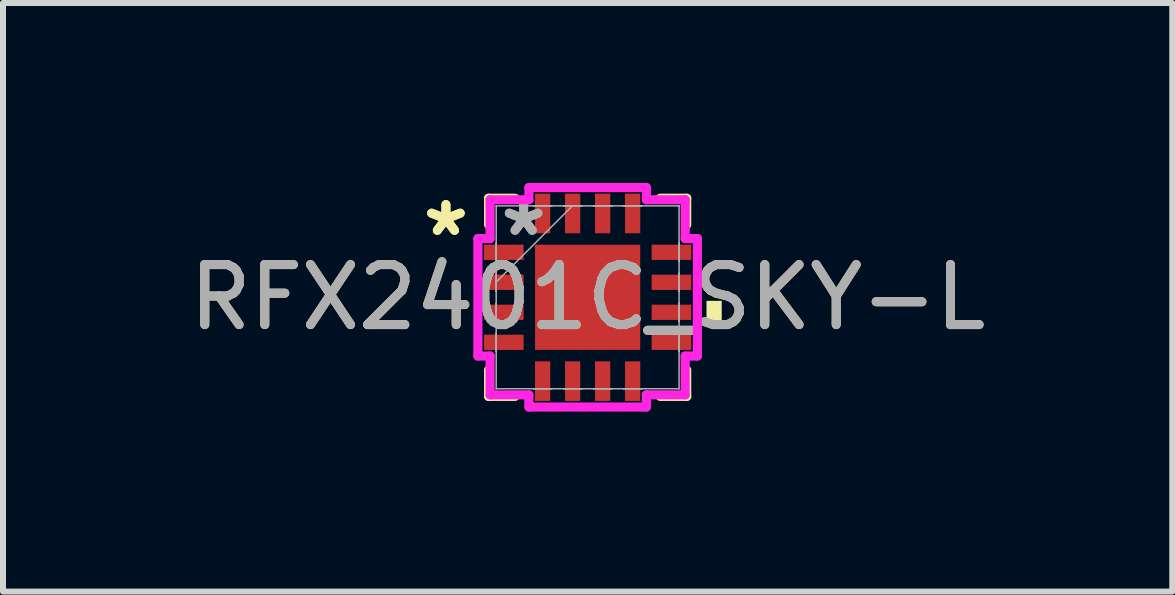
<source format=kicad_pcb>
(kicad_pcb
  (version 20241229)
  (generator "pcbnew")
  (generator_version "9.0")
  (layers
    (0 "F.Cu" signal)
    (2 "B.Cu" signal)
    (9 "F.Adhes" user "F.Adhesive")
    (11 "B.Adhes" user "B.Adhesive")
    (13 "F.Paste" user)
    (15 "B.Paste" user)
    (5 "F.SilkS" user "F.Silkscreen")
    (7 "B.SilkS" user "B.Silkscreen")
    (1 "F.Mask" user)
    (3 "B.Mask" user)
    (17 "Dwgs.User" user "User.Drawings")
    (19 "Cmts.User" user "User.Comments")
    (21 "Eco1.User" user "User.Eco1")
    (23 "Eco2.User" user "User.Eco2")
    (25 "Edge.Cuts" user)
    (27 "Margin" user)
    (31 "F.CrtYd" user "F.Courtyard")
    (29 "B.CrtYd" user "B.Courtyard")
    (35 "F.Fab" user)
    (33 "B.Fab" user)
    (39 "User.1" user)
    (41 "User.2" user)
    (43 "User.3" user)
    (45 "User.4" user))
  (footprint "RFX2401C_SKY-L"
    (layer "F.Cu")
    (at 6.744 1.905)
    (property "Reference" "RFX2401C_SKY-L" (at 0 0 0) (unlocked yes) (layer "F.SilkS") (effects (font (size 1 1) (thickness 0.15))))
    (attr smd)
    (fp_line (start -1.651 -1.651) (end -1.651 -1.21) (stroke (width 0.152) (type solid)) (layer "F.SilkS"))
    (fp_line (start -1.651 1.21) (end -1.651 1.651) (stroke (width 0.152) (type solid)) (layer "F.SilkS"))
    (fp_line (start -1.651 1.651) (end -1.21 1.651) (stroke (width 0.152) (type solid)) (layer "F.SilkS"))
    (fp_line (start -1.21 -1.651) (end -1.651 -1.651) (stroke (width 0.152) (type solid)) (layer "F.SilkS"))
    (fp_line (start 1.21 1.651) (end 1.651 1.651) (stroke (width 0.152) (type solid)) (layer "F.SilkS"))
    (fp_line (start 1.651 -1.651) (end 1.21 -1.651) (stroke (width 0.152) (type solid)) (layer "F.SilkS"))
    (fp_line (start 1.651 -1.21) (end 1.651 -1.651) (stroke (width 0.152) (type solid)) (layer "F.SilkS"))
    (fp_line (start 1.651 1.651) (end 1.651 1.21) (stroke (width 0.152) (type solid)) (layer "F.SilkS"))
    (fp_poly (pts (xy 2.235 0.059) (xy 2.235 0.441) (xy 1.981 0.441) (xy 1.981 0.059)) (stroke (width 0) (type solid)) (fill yes) (layer "F.SilkS"))
    (fp_line (start -1.829 -0.979) (end -1.626 -0.979) (stroke (width 0.152) (type solid)) (layer "F.CrtYd"))
    (fp_line (start -1.829 0.979) (end -1.829 -0.979) (stroke (width 0.152) (type solid)) (layer "F.CrtYd"))
    (fp_line (start -1.626 -1.626) (end -0.979 -1.626) (stroke (width 0.152) (type solid)) (layer "F.CrtYd"))
    (fp_line (start -1.626 -0.979) (end -1.626 -1.626) (stroke (width 0.152) (type solid)) (layer "F.CrtYd"))
    (fp_line (start -1.626 0.979) (end -1.829 0.979) (stroke (width 0.152) (type solid)) (layer "F.CrtYd"))
    (fp_line (start -1.626 1.626) (end -1.626 0.979) (stroke (width 0.152) (type solid)) (layer "F.CrtYd"))
    (fp_line (start -0.979 -1.829) (end 0.979 -1.829) (stroke (width 0.152) (type solid)) (layer "F.CrtYd"))
    (fp_line (start -0.979 -1.626) (end -0.979 -1.829) (stroke (width 0.152) (type solid)) (layer "F.CrtYd"))
    (fp_line (start -0.979 1.626) (end -1.626 1.626) (stroke (width 0.152) (type solid)) (layer "F.CrtYd"))
    (fp_line (start -0.979 1.829) (end -0.979 1.626) (stroke (width 0.152) (type solid)) (layer "F.CrtYd"))
    (fp_line (start 0.979 -1.829) (end 0.979 -1.626) (stroke (width 0.152) (type solid)) (layer "F.CrtYd"))
    (fp_line (start 0.979 -1.626) (end 1.626 -1.626) (stroke (width 0.152) (type solid)) (layer "F.CrtYd"))
    (fp_line (start 0.979 1.626) (end 0.979 1.829) (stroke (width 0.152) (type solid)) (layer "F.CrtYd"))
    (fp_line (start 0.979 1.829) (end -0.979 1.829) (stroke (width 0.152) (type solid)) (layer "F.CrtYd"))
    (fp_line (start 1.626 -1.626) (end 1.626 -0.979) (stroke (width 0.152) (type solid)) (layer "F.CrtYd"))
    (fp_line (start 1.626 -0.979) (end 1.829 -0.979) (stroke (width 0.152) (type solid)) (layer "F.CrtYd"))
    (fp_line (start 1.626 0.979) (end 1.626 1.626) (stroke (width 0.152) (type solid)) (layer "F.CrtYd"))
    (fp_line (start 1.626 1.626) (end 0.979 1.626) (stroke (width 0.152) (type solid)) (layer "F.CrtYd"))
    (fp_line (start 1.829 -0.979) (end 1.829 0.979) (stroke (width 0.152) (type solid)) (layer "F.CrtYd"))
    (fp_line (start 1.829 0.979) (end 1.626 0.979) (stroke (width 0.152) (type solid)) (layer "F.CrtYd"))
    (fp_line (start -1.524 -1.524) (end -1.524 -1.524) (stroke (width 0.025) (type solid)) (layer "F.Fab"))
    (fp_line (start -1.524 -1.524) (end -1.524 1.524) (stroke (width 0.025) (type solid)) (layer "F.Fab"))
    (fp_line (start -1.524 -0.902) (end -1.524 -0.902) (stroke (width 0.025) (type solid)) (layer "F.Fab"))
    (fp_line (start -1.524 -0.902) (end -1.524 -0.598) (stroke (width 0.025) (type solid)) (layer "F.Fab"))
    (fp_line (start -1.524 -0.598) (end -1.524 -0.902) (stroke (width 0.025) (type solid)) (layer "F.Fab"))
    (fp_line (start -1.524 -0.598) (end -1.524 -0.598) (stroke (width 0.025) (type solid)) (layer "F.Fab"))
    (fp_line (start -1.524 -0.402) (end -1.524 -0.402) (stroke (width 0.025) (type solid)) (layer "F.Fab"))
    (fp_line (start -1.524 -0.402) (end -1.524 -0.098) (stroke (width 0.025) (type solid)) (layer "F.Fab"))
    (fp_line (start -1.524 -0.254) (end -0.254 -1.524) (stroke (width 0.025) (type solid)) (layer "F.Fab"))
    (fp_line (start -1.524 -0.098) (end -1.524 -0.402) (stroke (width 0.025) (type solid)) (layer "F.Fab"))
    (fp_line (start -1.524 -0.098) (end -1.524 -0.098) (stroke (width 0.025) (type solid)) (layer "F.Fab"))
    (fp_line (start -1.524 0.098) (end -1.524 0.098) (stroke (width 0.025) (type solid)) (layer "F.Fab"))
    (fp_line (start -1.524 0.098) (end -1.524 0.402) (stroke (width 0.025) (type solid)) (layer "F.Fab"))
    (fp_line (start -1.524 0.402) (end -1.524 0.098) (stroke (width 0.025) (type solid)) (layer "F.Fab"))
    (fp_line (start -1.524 0.402) (end -1.524 0.402) (stroke (width 0.025) (type solid)) (layer "F.Fab"))
    (fp_line (start -1.524 0.598) (end -1.524 0.598) (stroke (width 0.025) (type solid)) (layer "F.Fab"))
    (fp_line (start -1.524 0.598) (end -1.524 0.902) (stroke (width 0.025) (type solid)) (layer "F.Fab"))
    (fp_line (start -1.524 0.902) (end -1.524 0.598) (stroke (width 0.025) (type solid)) (layer "F.Fab"))
    (fp_line (start -1.524 0.902) (end -1.524 0.902) (stroke (width 0.025) (type solid)) (layer "F.Fab"))
    (fp_line (start -1.524 1.524) (end -1.524 1.524) (stroke (width 0.025) (type solid)) (layer "F.Fab"))
    (fp_line (start -1.524 1.524) (end 1.524 1.524) (stroke (width 0.025) (type solid)) (layer "F.Fab"))
    (fp_line (start -0.902 -1.524) (end -0.902 -1.524) (stroke (width 0.025) (type solid)) (layer "F.Fab"))
    (fp_line (start -0.902 -1.524) (end -0.598 -1.524) (stroke (width 0.025) (type solid)) (layer "F.Fab"))
    (fp_line (start -0.902 1.524) (end -0.902 1.524) (stroke (width 0.025) (type solid)) (layer "F.Fab"))
    (fp_line (start -0.902 1.524) (end -0.598 1.524) (stroke (width 0.025) (type solid)) (layer "F.Fab"))
    (fp_line (start -0.598 -1.524) (end -0.902 -1.524) (stroke (width 0.025) (type solid)) (layer "F.Fab"))
    (fp_line (start -0.598 -1.524) (end -0.598 -1.524) (stroke (width 0.025) (type solid)) (layer "F.Fab"))
    (fp_line (start -0.598 1.524) (end -0.902 1.524) (stroke (width 0.025) (type solid)) (layer "F.Fab"))
    (fp_line (start -0.598 1.524) (end -0.598 1.524) (stroke (width 0.025) (type solid)) (layer "F.Fab"))
    (fp_line (start -0.402 -1.524) (end -0.402 -1.524) (stroke (width 0.025) (type solid)) (layer "F.Fab"))
    (fp_line (start -0.402 -1.524) (end -0.098 -1.524) (stroke (width 0.025) (type solid)) (layer "F.Fab"))
    (fp_line (start -0.402 1.524) (end -0.402 1.524) (stroke (width 0.025) (type solid)) (layer "F.Fab"))
    (fp_line (start -0.402 1.524) (end -0.098 1.524) (stroke (width 0.025) (type solid)) (layer "F.Fab"))
    (fp_line (start -0.098 -1.524) (end -0.402 -1.524) (stroke (width 0.025) (type solid)) (layer "F.Fab"))
    (fp_line (start -0.098 -1.524) (end -0.098 -1.524) (stroke (width 0.025) (type solid)) (layer "F.Fab"))
    (fp_line (start -0.098 1.524) (end -0.402 1.524) (stroke (width 0.025) (type solid)) (layer "F.Fab"))
    (fp_line (start -0.098 1.524) (end -0.098 1.524) (stroke (width 0.025) (type solid)) (layer "F.Fab"))
    (fp_line (start 0.098 -1.524) (end 0.098 -1.524) (stroke (width 0.025) (type solid)) (layer "F.Fab"))
    (fp_line (start 0.098 -1.524) (end 0.402 -1.524) (stroke (width 0.025) (type solid)) (layer "F.Fab"))
    (fp_line (start 0.098 1.524) (end 0.098 1.524) (stroke (width 0.025) (type solid)) (layer "F.Fab"))
    (fp_line (start 0.098 1.524) (end 0.402 1.524) (stroke (width 0.025) (type solid)) (layer "F.Fab"))
    (fp_line (start 0.402 -1.524) (end 0.098 -1.524) (stroke (width 0.025) (type solid)) (layer "F.Fab"))
    (fp_line (start 0.402 -1.524) (end 0.402 -1.524) (stroke (width 0.025) (type solid)) (layer "F.Fab"))
    (fp_line (start 0.402 1.524) (end 0.098 1.524) (stroke (width 0.025) (type solid)) (layer "F.Fab"))
    (fp_line (start 0.402 1.524) (end 0.402 1.524) (stroke (width 0.025) (type solid)) (layer "F.Fab"))
    (fp_line (start 0.598 -1.524) (end 0.598 -1.524) (stroke (width 0.025) (type solid)) (layer "F.Fab"))
    (fp_line (start 0.598 -1.524) (end 0.902 -1.524) (stroke (width 0.025) (type solid)) (layer "F.Fab"))
    (fp_line (start 0.598 1.524) (end 0.598 1.524) (stroke (width 0.025) (type solid)) (layer "F.Fab"))
    (fp_line (start 0.598 1.524) (end 0.902 1.524) (stroke (width 0.025) (type solid)) (layer "F.Fab"))
    (fp_line (start 0.902 -1.524) (end 0.598 -1.524) (stroke (width 0.025) (type solid)) (layer "F.Fab"))
    (fp_line (start 0.902 -1.524) (end 0.902 -1.524) (stroke (width 0.025) (type solid)) (layer "F.Fab"))
    (fp_line (start 0.902 1.524) (end 0.598 1.524) (stroke (width 0.025) (type solid)) (layer "F.Fab"))
    (fp_line (start 0.902 1.524) (end 0.902 1.524) (stroke (width 0.025) (type solid)) (layer "F.Fab"))
    (fp_line (start 1.524 -1.524) (end -1.524 -1.524) (stroke (width 0.025) (type solid)) (layer "F.Fab"))
    (fp_line (start 1.524 -1.524) (end 1.524 -1.524) (stroke (width 0.025) (type solid)) (layer "F.Fab"))
    (fp_line (start 1.524 -0.902) (end 1.524 -0.902) (stroke (width 0.025) (type solid)) (layer "F.Fab"))
    (fp_line (start 1.524 -0.902) (end 1.524 -0.598) (stroke (width 0.025) (type solid)) (layer "F.Fab"))
    (fp_line (start 1.524 -0.598) (end 1.524 -0.902) (stroke (width 0.025) (type solid)) (layer "F.Fab"))
    (fp_line (start 1.524 -0.598) (end 1.524 -0.598) (stroke (width 0.025) (type solid)) (layer "F.Fab"))
    (fp_line (start 1.524 -0.402) (end 1.524 -0.402) (stroke (width 0.025) (type solid)) (layer "F.Fab"))
    (fp_line (start 1.524 -0.402) (end 1.524 -0.098) (stroke (width 0.025) (type solid)) (layer "F.Fab"))
    (fp_line (start 1.524 -0.098) (end 1.524 -0.402) (stroke (width 0.025) (type solid)) (layer "F.Fab"))
    (fp_line (start 1.524 -0.098) (end 1.524 -0.098) (stroke (width 0.025) (type solid)) (layer "F.Fab"))
    (fp_line (start 1.524 0.098) (end 1.524 0.098) (stroke (width 0.025) (type solid)) (layer "F.Fab"))
    (fp_line (start 1.524 0.098) (end 1.524 0.402) (stroke (width 0.025) (type solid)) (layer "F.Fab"))
    (fp_line (start 1.524 0.402) (end 1.524 0.098) (stroke (width 0.025) (type solid)) (layer "F.Fab"))
    (fp_line (start 1.524 0.402) (end 1.524 0.402) (stroke (width 0.025) (type solid)) (layer "F.Fab"))
    (fp_line (start 1.524 0.598) (end 1.524 0.598) (stroke (width 0.025) (type solid)) (layer "F.Fab"))
    (fp_line (start 1.524 0.598) (end 1.524 0.902) (stroke (width 0.025) (type solid)) (layer "F.Fab"))
    (fp_line (start 1.524 0.902) (end 1.524 0.598) (stroke (width 0.025) (type solid)) (layer "F.Fab"))
    (fp_line (start 1.524 0.902) (end 1.524 0.902) (stroke (width 0.025) (type solid)) (layer "F.Fab"))
    (fp_line (start 1.524 1.524) (end 1.524 -1.524) (stroke (width 0.025) (type solid)) (layer "F.Fab"))
    (fp_line (start 1.524 1.524) (end 1.524 1.524) (stroke (width 0.025) (type solid)) (layer "F.Fab"))
    (fp_text user "*" (at -2.362 -1 0) (unlocked yes) (layer "F.SilkS") (effects (font (size 1 1) (thickness 0.15))))
    (fp_text user "*" (at -2.362 -1 0) (layer "F.SilkS") (effects (font (size 1 1) (thickness 0.15))))
    (fp_text user "*" (at -1.067 -1 0) (unlocked yes) (layer "F.Fab") (effects (font (size 1 1) (thickness 0.15))))
    (fp_text user "${REFERENCE}" (at 0 0 0) (unlocked yes) (layer "F.Fab") (effects (font (size 1 1) (thickness 0.15))))
    (fp_text user "*" (at -1.067 -1 0) (layer "F.Fab") (effects (font (size 1 1) (thickness 0.15))))
    (pad "1" smd rect (at -1.397 -0.75 90) (size 0.254 0.66) (layers "F.Cu" "F.Mask" "F.Paste"))
    (pad "2" smd rect (at -1.397 -0.25 90) (size 0.254 0.66) (layers "F.Cu" "F.Mask" "F.Paste"))
    (pad "3" smd rect (at -1.397 0.25 90) (size 0.254 0.66) (layers "F.Cu" "F.Mask" "F.Paste"))
    (pad "4" smd rect (at -1.397 0.75 90) (size 0.254 0.66) (layers "F.Cu" "F.Mask" "F.Paste"))
    (pad "5" smd rect (at -0.75 1.397) (size 0.254 0.66) (layers "F.Cu" "F.Mask" "F.Paste"))
    (pad "6" smd rect (at -0.25 1.397) (size 0.254 0.66) (layers "F.Cu" "F.Mask" "F.Paste"))
    (pad "7" smd rect (at 0.25 1.397) (size 0.254 0.66) (layers "F.Cu" "F.Mask" "F.Paste"))
    (pad "8" smd rect (at 0.75 1.397) (size 0.254 0.66) (layers "F.Cu" "F.Mask" "F.Paste"))
    (pad "9" smd rect (at 1.397 0.75 90) (size 0.254 0.66) (layers "F.Cu" "F.Mask" "F.Paste"))
    (pad "10" smd rect (at 1.397 0.25 90) (size 0.254 0.66) (layers "F.Cu" "F.Mask" "F.Paste"))
    (pad "11" smd rect (at 1.397 -0.25 90) (size 0.254 0.66) (layers "F.Cu" "F.Mask" "F.Paste"))
    (pad "12" smd rect (at 1.397 -0.75 90) (size 0.254 0.66) (layers "F.Cu" "F.Mask" "F.Paste"))
    (pad "13" smd rect (at 0.75 -1.397) (size 0.254 0.66) (layers "F.Cu" "F.Mask" "F.Paste"))
    (pad "14" smd rect (at 0.25 -1.397) (size 0.254 0.66) (layers "F.Cu" "F.Mask" "F.Paste"))
    (pad "15" smd rect (at -0.25 -1.397) (size 0.254 0.66) (layers "F.Cu" "F.Mask" "F.Paste"))
    (pad "16" smd rect (at -0.75 -1.397) (size 0.254 0.66) (layers "F.Cu" "F.Mask" "F.Paste"))
    (pad "17" smd rect (at 0 0) (size 1.753 1.753) (layers "F.Cu" "F.Mask" "F.Paste")))
  (gr_rect
    (start -3 -3)
    (end 16.488 6.81)
    (stroke (width 0.1) (type default))
    (fill no)
    (layer "Edge.Cuts")))
</source>
